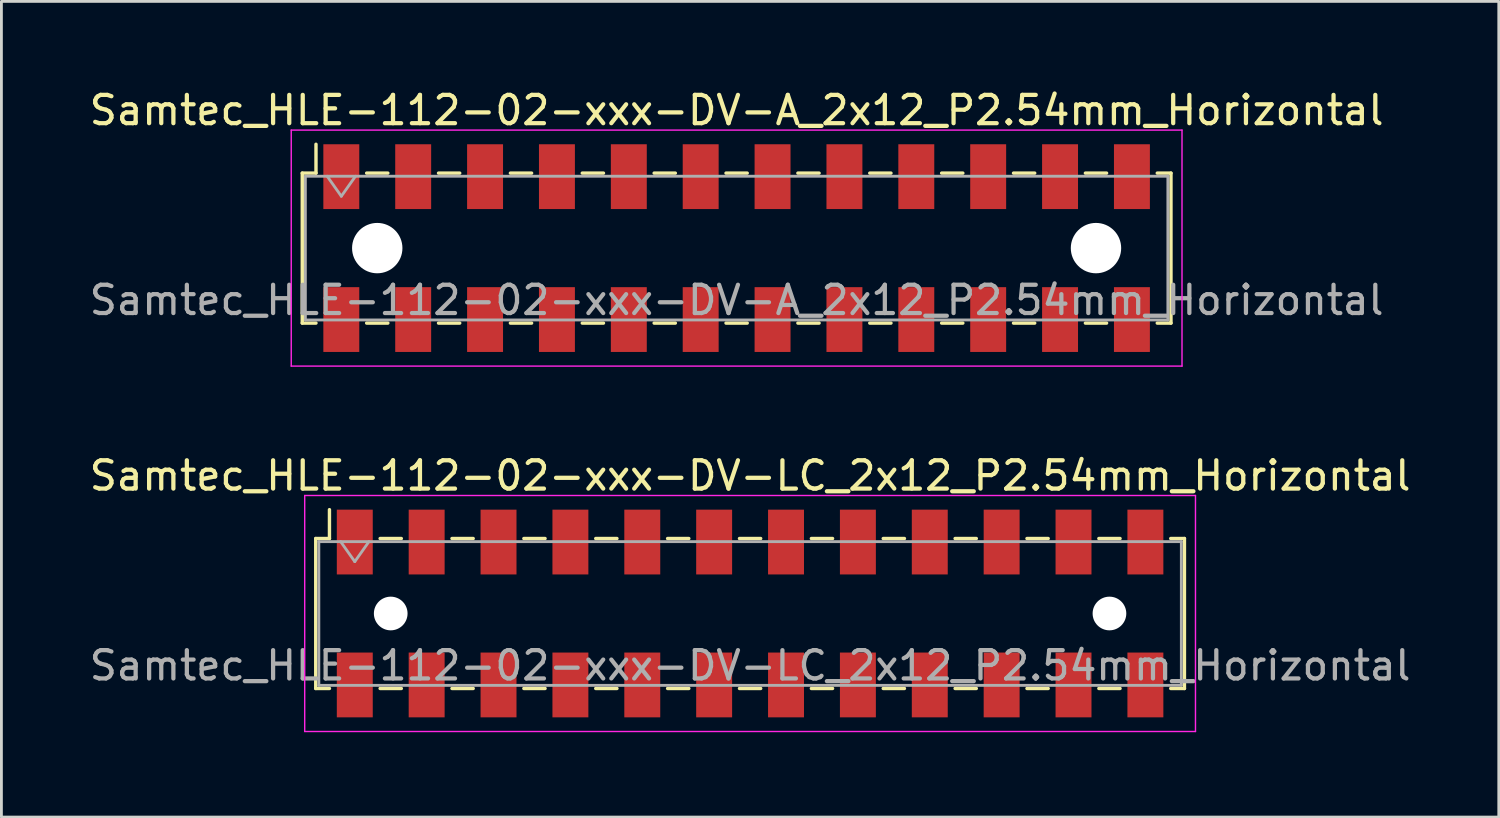
<source format=kicad_pcb>
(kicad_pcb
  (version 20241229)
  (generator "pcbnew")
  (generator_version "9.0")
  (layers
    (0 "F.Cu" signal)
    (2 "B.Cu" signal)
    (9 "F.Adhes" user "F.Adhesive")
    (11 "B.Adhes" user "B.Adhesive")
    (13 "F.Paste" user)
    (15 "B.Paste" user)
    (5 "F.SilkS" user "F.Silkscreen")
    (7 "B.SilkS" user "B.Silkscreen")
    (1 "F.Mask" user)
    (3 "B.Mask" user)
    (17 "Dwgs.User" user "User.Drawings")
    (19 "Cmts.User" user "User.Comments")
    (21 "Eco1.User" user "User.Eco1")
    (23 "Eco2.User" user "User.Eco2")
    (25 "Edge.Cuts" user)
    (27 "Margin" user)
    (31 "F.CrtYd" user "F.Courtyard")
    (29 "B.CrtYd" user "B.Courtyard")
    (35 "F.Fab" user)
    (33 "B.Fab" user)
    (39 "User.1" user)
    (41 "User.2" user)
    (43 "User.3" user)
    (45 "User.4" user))
  (footprint "Samtec_HLE-112-02-xxx-DV-A_2x12_P2.54mm_Horizontal"
    (layer "F.Cu")
    (at 22.982 5.718)
    (property "Reference" "Samtec_HLE-112-02-xxx-DV-A_2x12_P2.54mm_Horizontal" (at 0 -4.87 0) (layer "F.SilkS") (effects (font (size 1 1) (thickness 0.15))))
    (attr smd)
    (fp_line (start -15.35 -2.65) (end -15.35 2.65) (stroke (width 0.12) (type solid)) (layer "F.SilkS"))
    (fp_line (start -15.35 2.65) (end -14.865 2.65) (stroke (width 0.12) (type solid)) (layer "F.SilkS"))
    (fp_line (start -14.865 -3.67) (end -14.865 -2.65) (stroke (width 0.12) (type solid)) (layer "F.SilkS"))
    (fp_line (start -14.865 -2.65) (end -15.35 -2.65) (stroke (width 0.12) (type solid)) (layer "F.SilkS"))
    (fp_line (start -13.075 -2.65) (end -12.325 -2.65) (stroke (width 0.12) (type solid)) (layer "F.SilkS"))
    (fp_line (start -13.075 2.65) (end -12.325 2.65) (stroke (width 0.12) (type solid)) (layer "F.SilkS"))
    (fp_line (start -10.535 -2.65) (end -9.785 -2.65) (stroke (width 0.12) (type solid)) (layer "F.SilkS"))
    (fp_line (start -10.535 2.65) (end -9.785 2.65) (stroke (width 0.12) (type solid)) (layer "F.SilkS"))
    (fp_line (start -7.995 -2.65) (end -7.245 -2.65) (stroke (width 0.12) (type solid)) (layer "F.SilkS"))
    (fp_line (start -7.995 2.65) (end -7.245 2.65) (stroke (width 0.12) (type solid)) (layer "F.SilkS"))
    (fp_line (start -5.455 -2.65) (end -4.705 -2.65) (stroke (width 0.12) (type solid)) (layer "F.SilkS"))
    (fp_line (start -5.455 2.65) (end -4.705 2.65) (stroke (width 0.12) (type solid)) (layer "F.SilkS"))
    (fp_line (start -2.915 -2.65) (end -2.165 -2.65) (stroke (width 0.12) (type solid)) (layer "F.SilkS"))
    (fp_line (start -2.915 2.65) (end -2.165 2.65) (stroke (width 0.12) (type solid)) (layer "F.SilkS"))
    (fp_line (start -0.375 -2.65) (end 0.375 -2.65) (stroke (width 0.12) (type solid)) (layer "F.SilkS"))
    (fp_line (start -0.375 2.65) (end 0.375 2.65) (stroke (width 0.12) (type solid)) (layer "F.SilkS"))
    (fp_line (start 2.165 -2.65) (end 2.915 -2.65) (stroke (width 0.12) (type solid)) (layer "F.SilkS"))
    (fp_line (start 2.165 2.65) (end 2.915 2.65) (stroke (width 0.12) (type solid)) (layer "F.SilkS"))
    (fp_line (start 4.705 -2.65) (end 5.455 -2.65) (stroke (width 0.12) (type solid)) (layer "F.SilkS"))
    (fp_line (start 4.705 2.65) (end 5.455 2.65) (stroke (width 0.12) (type solid)) (layer "F.SilkS"))
    (fp_line (start 7.245 -2.65) (end 7.995 -2.65) (stroke (width 0.12) (type solid)) (layer "F.SilkS"))
    (fp_line (start 7.245 2.65) (end 7.995 2.65) (stroke (width 0.12) (type solid)) (layer "F.SilkS"))
    (fp_line (start 9.785 -2.65) (end 10.535 -2.65) (stroke (width 0.12) (type solid)) (layer "F.SilkS"))
    (fp_line (start 9.785 2.65) (end 10.535 2.65) (stroke (width 0.12) (type solid)) (layer "F.SilkS"))
    (fp_line (start 12.325 -2.65) (end 13.075 -2.65) (stroke (width 0.12) (type solid)) (layer "F.SilkS"))
    (fp_line (start 12.325 2.65) (end 13.075 2.65) (stroke (width 0.12) (type solid)) (layer "F.SilkS"))
    (fp_line (start 14.865 -2.65) (end 15.35 -2.65) (stroke (width 0.12) (type solid)) (layer "F.SilkS"))
    (fp_line (start 15.35 -2.65) (end 15.35 2.65) (stroke (width 0.12) (type solid)) (layer "F.SilkS"))
    (fp_line (start 15.35 2.65) (end 14.865 2.65) (stroke (width 0.12) (type solid)) (layer "F.SilkS"))
    (fp_line (start -15.74 -4.17) (end 15.74 -4.17) (stroke (width 0.05) (type solid)) (layer "F.CrtYd"))
    (fp_line (start -15.74 4.17) (end -15.74 -4.17) (stroke (width 0.05) (type solid)) (layer "F.CrtYd"))
    (fp_line (start 15.74 -4.17) (end 15.74 4.17) (stroke (width 0.05) (type solid)) (layer "F.CrtYd"))
    (fp_line (start 15.74 4.17) (end -15.74 4.17) (stroke (width 0.05) (type solid)) (layer "F.CrtYd"))
    (fp_line (start -15.24 -2.54) (end 15.24 -2.54) (stroke (width 0.1) (type solid)) (layer "F.Fab"))
    (fp_line (start -15.24 2.54) (end -15.24 -2.54) (stroke (width 0.1) (type solid)) (layer "F.Fab"))
    (fp_line (start -14.47 -2.54) (end -13.97 -1.833) (stroke (width 0.1) (type solid)) (layer "F.Fab"))
    (fp_line (start -13.97 -1.833) (end -13.47 -2.54) (stroke (width 0.1) (type solid)) (layer "F.Fab"))
    (fp_line (start 15.24 -2.54) (end 15.24 2.54) (stroke (width 0.1) (type solid)) (layer "F.Fab"))
    (fp_line (start 15.24 2.54) (end -15.24 2.54) (stroke (width 0.1) (type solid)) (layer "F.Fab"))
    (fp_text user "${REFERENCE}" (at 0 1.84 0) (layer "F.Fab") (effects (font (size 1 1) (thickness 0.15))))
    (pad "" np_thru_hole circle (at -12.7 0) (size 1.78 1.78) (drill 1.78) (layers "*.Cu" "*.Mask"))
    (pad "" np_thru_hole circle (at 12.7 0) (size 1.78 1.78) (drill 1.78) (layers "*.Cu" "*.Mask"))
    (pad "1" smd rect (at -13.97 -2.525) (size 1.27 2.29) (layers "F.Cu" "F.Mask" "F.Paste"))
    (pad "2" smd rect (at -13.97 2.525) (size 1.27 2.29) (layers "F.Cu" "F.Mask" "F.Paste"))
    (pad "3" smd rect (at -11.43 -2.525) (size 1.27 2.29) (layers "F.Cu" "F.Mask" "F.Paste"))
    (pad "4" smd rect (at -11.43 2.525) (size 1.27 2.29) (layers "F.Cu" "F.Mask" "F.Paste"))
    (pad "5" smd rect (at -8.89 -2.525) (size 1.27 2.29) (layers "F.Cu" "F.Mask" "F.Paste"))
    (pad "6" smd rect (at -8.89 2.525) (size 1.27 2.29) (layers "F.Cu" "F.Mask" "F.Paste"))
    (pad "7" smd rect (at -6.35 -2.525) (size 1.27 2.29) (layers "F.Cu" "F.Mask" "F.Paste"))
    (pad "8" smd rect (at -6.35 2.525) (size 1.27 2.29) (layers "F.Cu" "F.Mask" "F.Paste"))
    (pad "9" smd rect (at -3.81 -2.525) (size 1.27 2.29) (layers "F.Cu" "F.Mask" "F.Paste"))
    (pad "10" smd rect (at -3.81 2.525) (size 1.27 2.29) (layers "F.Cu" "F.Mask" "F.Paste"))
    (pad "11" smd rect (at -1.27 -2.525) (size 1.27 2.29) (layers "F.Cu" "F.Mask" "F.Paste"))
    (pad "12" smd rect (at -1.27 2.525) (size 1.27 2.29) (layers "F.Cu" "F.Mask" "F.Paste"))
    (pad "13" smd rect (at 1.27 -2.525) (size 1.27 2.29) (layers "F.Cu" "F.Mask" "F.Paste"))
    (pad "14" smd rect (at 1.27 2.525) (size 1.27 2.29) (layers "F.Cu" "F.Mask" "F.Paste"))
    (pad "15" smd rect (at 3.81 -2.525) (size 1.27 2.29) (layers "F.Cu" "F.Mask" "F.Paste"))
    (pad "16" smd rect (at 3.81 2.525) (size 1.27 2.29) (layers "F.Cu" "F.Mask" "F.Paste"))
    (pad "17" smd rect (at 6.35 -2.525) (size 1.27 2.29) (layers "F.Cu" "F.Mask" "F.Paste"))
    (pad "18" smd rect (at 6.35 2.525) (size 1.27 2.29) (layers "F.Cu" "F.Mask" "F.Paste"))
    (pad "19" smd rect (at 8.89 -2.525) (size 1.27 2.29) (layers "F.Cu" "F.Mask" "F.Paste"))
    (pad "20" smd rect (at 8.89 2.525) (size 1.27 2.29) (layers "F.Cu" "F.Mask" "F.Paste"))
    (pad "21" smd rect (at 11.43 -2.525) (size 1.27 2.29) (layers "F.Cu" "F.Mask" "F.Paste"))
    (pad "22" smd rect (at 11.43 2.525) (size 1.27 2.29) (layers "F.Cu" "F.Mask" "F.Paste"))
    (pad "23" smd rect (at 13.97 -2.525) (size 1.27 2.29) (layers "F.Cu" "F.Mask" "F.Paste"))
    (pad "24" smd rect (at 13.97 2.525) (size 1.27 2.29) (layers "F.Cu" "F.Mask" "F.Paste")))
  (footprint "Samtec_HLE-112-02-xxx-DV-LC_2x12_P2.54mm_Horizontal"
    (layer "F.Cu")
    (at 23.458 18.631)
    (property "Reference" "Samtec_HLE-112-02-xxx-DV-LC_2x12_P2.54mm_Horizontal" (at 0 -4.87 0) (layer "F.SilkS") (effects (font (size 1 1) (thickness 0.15))))
    (attr smd)
    (fp_line (start -15.35 -2.65) (end -15.35 2.65) (stroke (width 0.12) (type solid)) (layer "F.SilkS"))
    (fp_line (start -15.35 2.65) (end -14.865 2.65) (stroke (width 0.12) (type solid)) (layer "F.SilkS"))
    (fp_line (start -14.865 -3.67) (end -14.865 -2.65) (stroke (width 0.12) (type solid)) (layer "F.SilkS"))
    (fp_line (start -14.865 -2.65) (end -15.35 -2.65) (stroke (width 0.12) (type solid)) (layer "F.SilkS"))
    (fp_line (start -13.075 -2.65) (end -12.325 -2.65) (stroke (width 0.12) (type solid)) (layer "F.SilkS"))
    (fp_line (start -13.075 2.65) (end -12.325 2.65) (stroke (width 0.12) (type solid)) (layer "F.SilkS"))
    (fp_line (start -10.535 -2.65) (end -9.785 -2.65) (stroke (width 0.12) (type solid)) (layer "F.SilkS"))
    (fp_line (start -10.535 2.65) (end -9.785 2.65) (stroke (width 0.12) (type solid)) (layer "F.SilkS"))
    (fp_line (start -7.995 -2.65) (end -7.245 -2.65) (stroke (width 0.12) (type solid)) (layer "F.SilkS"))
    (fp_line (start -7.995 2.65) (end -7.245 2.65) (stroke (width 0.12) (type solid)) (layer "F.SilkS"))
    (fp_line (start -5.455 -2.65) (end -4.705 -2.65) (stroke (width 0.12) (type solid)) (layer "F.SilkS"))
    (fp_line (start -5.455 2.65) (end -4.705 2.65) (stroke (width 0.12) (type solid)) (layer "F.SilkS"))
    (fp_line (start -2.915 -2.65) (end -2.165 -2.65) (stroke (width 0.12) (type solid)) (layer "F.SilkS"))
    (fp_line (start -2.915 2.65) (end -2.165 2.65) (stroke (width 0.12) (type solid)) (layer "F.SilkS"))
    (fp_line (start -0.375 -2.65) (end 0.375 -2.65) (stroke (width 0.12) (type solid)) (layer "F.SilkS"))
    (fp_line (start -0.375 2.65) (end 0.375 2.65) (stroke (width 0.12) (type solid)) (layer "F.SilkS"))
    (fp_line (start 2.165 -2.65) (end 2.915 -2.65) (stroke (width 0.12) (type solid)) (layer "F.SilkS"))
    (fp_line (start 2.165 2.65) (end 2.915 2.65) (stroke (width 0.12) (type solid)) (layer "F.SilkS"))
    (fp_line (start 4.705 -2.65) (end 5.455 -2.65) (stroke (width 0.12) (type solid)) (layer "F.SilkS"))
    (fp_line (start 4.705 2.65) (end 5.455 2.65) (stroke (width 0.12) (type solid)) (layer "F.SilkS"))
    (fp_line (start 7.245 -2.65) (end 7.995 -2.65) (stroke (width 0.12) (type solid)) (layer "F.SilkS"))
    (fp_line (start 7.245 2.65) (end 7.995 2.65) (stroke (width 0.12) (type solid)) (layer "F.SilkS"))
    (fp_line (start 9.785 -2.65) (end 10.535 -2.65) (stroke (width 0.12) (type solid)) (layer "F.SilkS"))
    (fp_line (start 9.785 2.65) (end 10.535 2.65) (stroke (width 0.12) (type solid)) (layer "F.SilkS"))
    (fp_line (start 12.325 -2.65) (end 13.075 -2.65) (stroke (width 0.12) (type solid)) (layer "F.SilkS"))
    (fp_line (start 12.325 2.65) (end 13.075 2.65) (stroke (width 0.12) (type solid)) (layer "F.SilkS"))
    (fp_line (start 14.865 -2.65) (end 15.35 -2.65) (stroke (width 0.12) (type solid)) (layer "F.SilkS"))
    (fp_line (start 15.35 -2.65) (end 15.35 2.65) (stroke (width 0.12) (type solid)) (layer "F.SilkS"))
    (fp_line (start 15.35 2.65) (end 14.865 2.65) (stroke (width 0.12) (type solid)) (layer "F.SilkS"))
    (fp_line (start -15.74 -4.17) (end 15.74 -4.17) (stroke (width 0.05) (type solid)) (layer "F.CrtYd"))
    (fp_line (start -15.74 4.17) (end -15.74 -4.17) (stroke (width 0.05) (type solid)) (layer "F.CrtYd"))
    (fp_line (start 15.74 -4.17) (end 15.74 4.17) (stroke (width 0.05) (type solid)) (layer "F.CrtYd"))
    (fp_line (start 15.74 4.17) (end -15.74 4.17) (stroke (width 0.05) (type solid)) (layer "F.CrtYd"))
    (fp_line (start -15.24 -2.54) (end 15.24 -2.54) (stroke (width 0.1) (type solid)) (layer "F.Fab"))
    (fp_line (start -15.24 2.54) (end -15.24 -2.54) (stroke (width 0.1) (type solid)) (layer "F.Fab"))
    (fp_line (start -14.47 -2.54) (end -13.97 -1.833) (stroke (width 0.1) (type solid)) (layer "F.Fab"))
    (fp_line (start -13.97 -1.833) (end -13.47 -2.54) (stroke (width 0.1) (type solid)) (layer "F.Fab"))
    (fp_line (start 15.24 -2.54) (end 15.24 2.54) (stroke (width 0.1) (type solid)) (layer "F.Fab"))
    (fp_line (start 15.24 2.54) (end -15.24 2.54) (stroke (width 0.1) (type solid)) (layer "F.Fab"))
    (fp_text user "${REFERENCE}" (at 0 1.84 0) (layer "F.Fab") (effects (font (size 1 1) (thickness 0.15))))
    (pad "" np_thru_hole circle (at -12.7 0) (size 1.19 1.19) (drill 1.19) (layers "*.Cu" "*.Mask"))
    (pad "" np_thru_hole circle (at 12.7 0) (size 1.19 1.19) (drill 1.19) (layers "*.Cu" "*.Mask"))
    (pad "1" smd rect (at -13.97 -2.525) (size 1.27 2.29) (layers "F.Cu" "F.Mask" "F.Paste"))
    (pad "2" smd rect (at -13.97 2.525) (size 1.27 2.29) (layers "F.Cu" "F.Mask" "F.Paste"))
    (pad "3" smd rect (at -11.43 -2.525) (size 1.27 2.29) (layers "F.Cu" "F.Mask" "F.Paste"))
    (pad "4" smd rect (at -11.43 2.525) (size 1.27 2.29) (layers "F.Cu" "F.Mask" "F.Paste"))
    (pad "5" smd rect (at -8.89 -2.525) (size 1.27 2.29) (layers "F.Cu" "F.Mask" "F.Paste"))
    (pad "6" smd rect (at -8.89 2.525) (size 1.27 2.29) (layers "F.Cu" "F.Mask" "F.Paste"))
    (pad "7" smd rect (at -6.35 -2.525) (size 1.27 2.29) (layers "F.Cu" "F.Mask" "F.Paste"))
    (pad "8" smd rect (at -6.35 2.525) (size 1.27 2.29) (layers "F.Cu" "F.Mask" "F.Paste"))
    (pad "9" smd rect (at -3.81 -2.525) (size 1.27 2.29) (layers "F.Cu" "F.Mask" "F.Paste"))
    (pad "10" smd rect (at -3.81 2.525) (size 1.27 2.29) (layers "F.Cu" "F.Mask" "F.Paste"))
    (pad "11" smd rect (at -1.27 -2.525) (size 1.27 2.29) (layers "F.Cu" "F.Mask" "F.Paste"))
    (pad "12" smd rect (at -1.27 2.525) (size 1.27 2.29) (layers "F.Cu" "F.Mask" "F.Paste"))
    (pad "13" smd rect (at 1.27 -2.525) (size 1.27 2.29) (layers "F.Cu" "F.Mask" "F.Paste"))
    (pad "14" smd rect (at 1.27 2.525) (size 1.27 2.29) (layers "F.Cu" "F.Mask" "F.Paste"))
    (pad "15" smd rect (at 3.81 -2.525) (size 1.27 2.29) (layers "F.Cu" "F.Mask" "F.Paste"))
    (pad "16" smd rect (at 3.81 2.525) (size 1.27 2.29) (layers "F.Cu" "F.Mask" "F.Paste"))
    (pad "17" smd rect (at 6.35 -2.525) (size 1.27 2.29) (layers "F.Cu" "F.Mask" "F.Paste"))
    (pad "18" smd rect (at 6.35 2.525) (size 1.27 2.29) (layers "F.Cu" "F.Mask" "F.Paste"))
    (pad "19" smd rect (at 8.89 -2.525) (size 1.27 2.29) (layers "F.Cu" "F.Mask" "F.Paste"))
    (pad "20" smd rect (at 8.89 2.525) (size 1.27 2.29) (layers "F.Cu" "F.Mask" "F.Paste"))
    (pad "21" smd rect (at 11.43 -2.525) (size 1.27 2.29) (layers "F.Cu" "F.Mask" "F.Paste"))
    (pad "22" smd rect (at 11.43 2.525) (size 1.27 2.29) (layers "F.Cu" "F.Mask" "F.Paste"))
    (pad "23" smd rect (at 13.97 -2.525) (size 1.27 2.29) (layers "F.Cu" "F.Mask" "F.Paste"))
    (pad "24" smd rect (at 13.97 2.525) (size 1.27 2.29) (layers "F.Cu" "F.Mask" "F.Paste")))
  (gr_rect
    (start -3 -3)
    (end 49.917 25.826)
    (stroke (width 0.1) (type default))
    (fill no)
    (layer "Edge.Cuts")))
</source>
